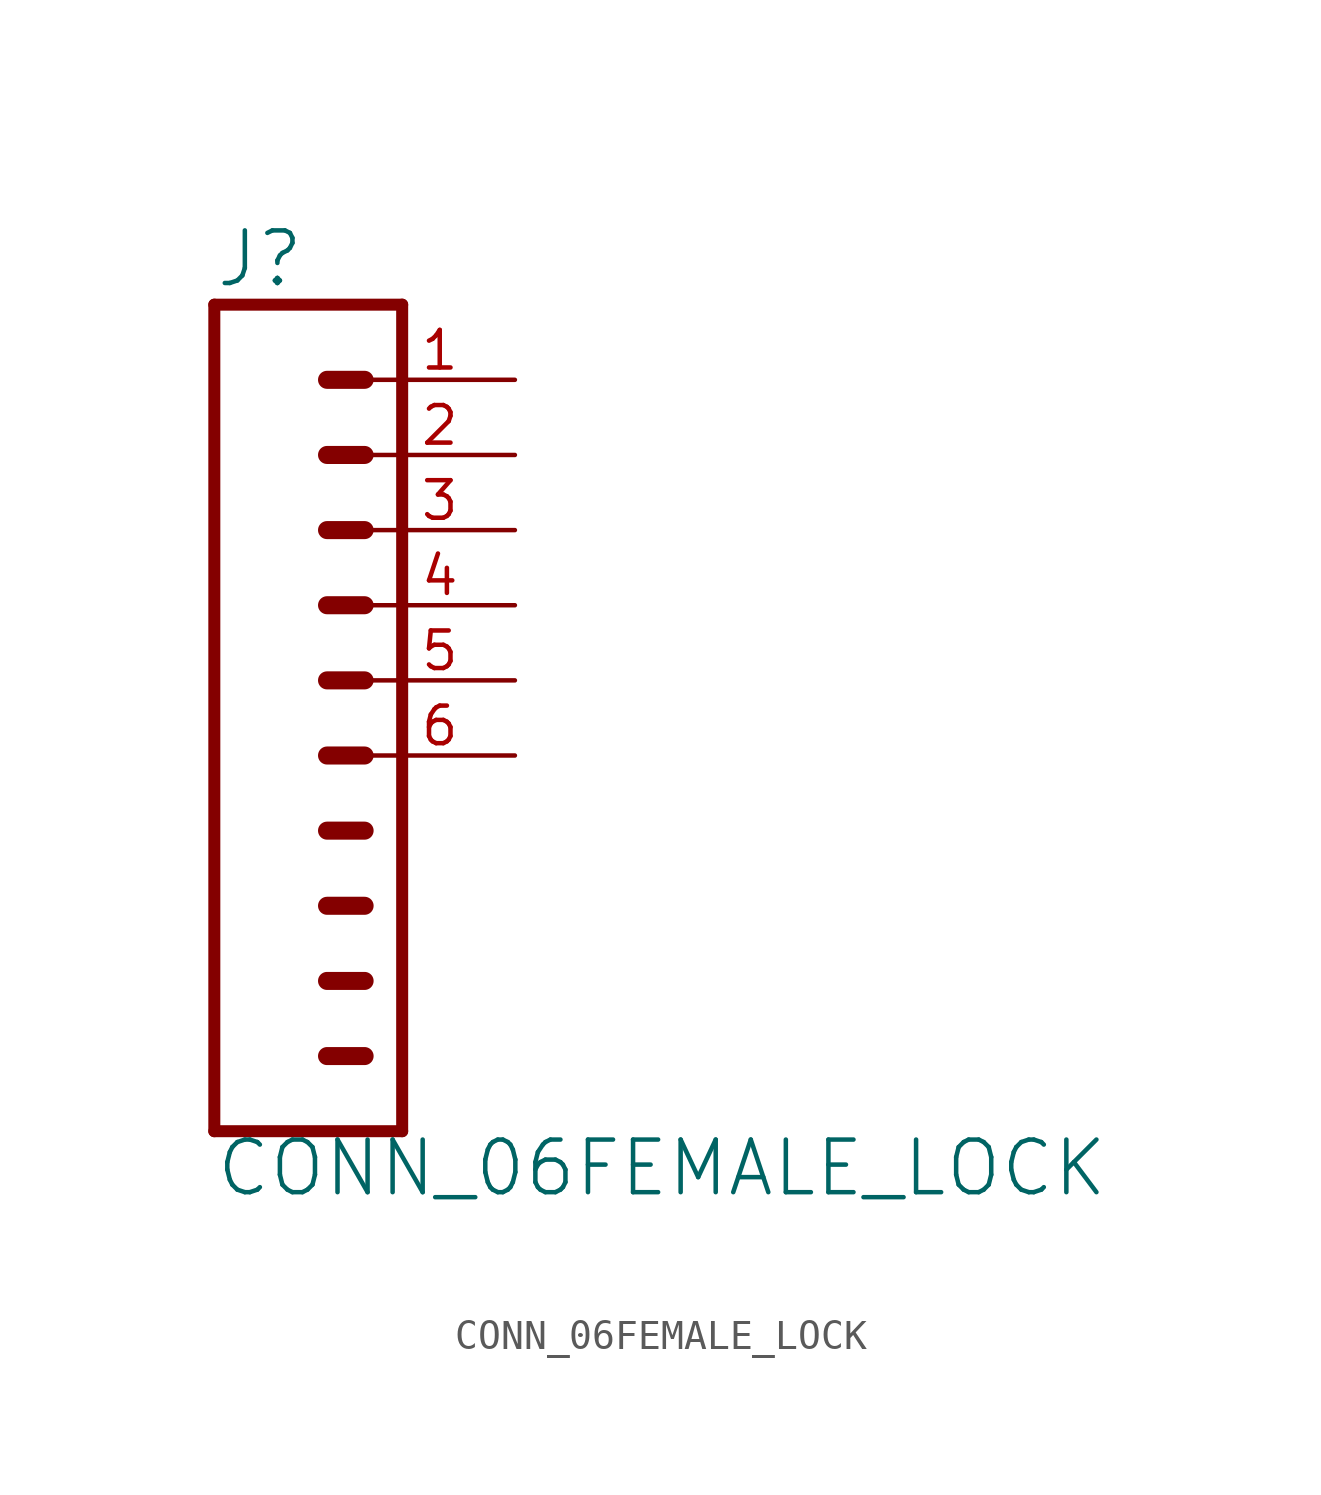
<source format=kicad_sym>
(kicad_symbol_lib
  (version 20211014)
  (generator kicad_symbol_editor)
  (symbol "CONN_06FEMALE_LOCK"
    (property "Reference" "J"
      (at -2.54 15.748 0)
      (effects (font (size 1.778 1.778)) (justify left bottom)))
    (property "Value" "CONN_06FEMALE_LOCK"
      (at -2.54 -14.986 0)
      (effects (font (size 1.778 1.778)) (justify left bottom)))
    (property "ki_locked" ""
      (at 0 0 0)
      (effects (font (size 1.27 1.27))))
    (symbol "CONN_06FEMALE_LOCK_1_0"
      (polyline (pts (xy -2.54 15.24) (xy -2.54 -12.7)) (stroke (width 0.406) (type default) (color 0 0 0 0)) (fill (type none)))
      (polyline (pts (xy -2.54 15.24) (xy 3.81 15.24)) (stroke (width 0.406) (type default) (color 0 0 0 0)) (fill (type none)))
      (polyline (pts (xy 1.27 -10.16) (xy 2.54 -10.16)) (stroke (width 0.61) (type default) (color 0 0 0 0)) (fill (type none)))
      (polyline (pts (xy 1.27 -7.62) (xy 2.54 -7.62)) (stroke (width 0.61) (type default) (color 0 0 0 0)) (fill (type none)))
      (polyline (pts (xy 1.27 -5.08) (xy 2.54 -5.08)) (stroke (width 0.61) (type default) (color 0 0 0 0)) (fill (type none)))
      (polyline (pts (xy 1.27 -2.54) (xy 2.54 -2.54)) (stroke (width 0.61) (type default) (color 0 0 0 0)) (fill (type none)))
      (polyline (pts (xy 1.27 0) (xy 2.54 0)) (stroke (width 0.61) (type default) (color 0 0 0 0)) (fill (type none)))
      (polyline (pts (xy 1.27 2.54) (xy 2.54 2.54)) (stroke (width 0.61) (type default) (color 0 0 0 0)) (fill (type none)))
      (polyline (pts (xy 1.27 5.08) (xy 2.54 5.08)) (stroke (width 0.61) (type default) (color 0 0 0 0)) (fill (type none)))
      (polyline (pts (xy 1.27 7.62) (xy 2.54 7.62)) (stroke (width 0.61) (type default) (color 0 0 0 0)) (fill (type none)))
      (polyline (pts (xy 1.27 10.16) (xy 2.54 10.16)) (stroke (width 0.61) (type default) (color 0 0 0 0)) (fill (type none)))
      (polyline (pts (xy 1.27 12.7) (xy 2.54 12.7)) (stroke (width 0.61) (type default) (color 0 0 0 0)) (fill (type none)))
      (polyline (pts (xy 3.81 -12.7) (xy -2.54 -12.7)) (stroke (width 0.406) (type default) (color 0 0 0 0)) (fill (type none)))
      (polyline (pts (xy 3.81 -12.7) (xy 3.81 15.24)) (stroke (width 0.406) (type default) (color 0 0 0 0)) (fill (type none)))
      (pin passive line (at 7.62 12.7 180) (length 5.08) (name "1" (effects (font (size 0 0)))) (number "1" (effects (font (size 1.27 1.27)))))
      (pin passive line (at 7.62 10.16 180) (length 5.08) (name "2" (effects (font (size 0 0)))) (number "2" (effects (font (size 1.27 1.27)))))
      (pin passive line (at 7.62 7.62 180) (length 5.08) (name "3" (effects (font (size 0 0)))) (number "3" (effects (font (size 1.27 1.27)))))
      (pin passive line (at 7.62 5.08 180) (length 5.08) (name "4" (effects (font (size 0 0)))) (number "4" (effects (font (size 1.27 1.27)))))
      (pin passive line (at 7.62 2.54 180) (length 5.08) (name "5" (effects (font (size 0 0)))) (number "5" (effects (font (size 1.27 1.27)))))
      (pin passive line (at 7.62 0 180) (length 5.08) (name "6" (effects (font (size 0 0)))) (number "6" (effects (font (size 1.27 1.27))))))))
</source>
